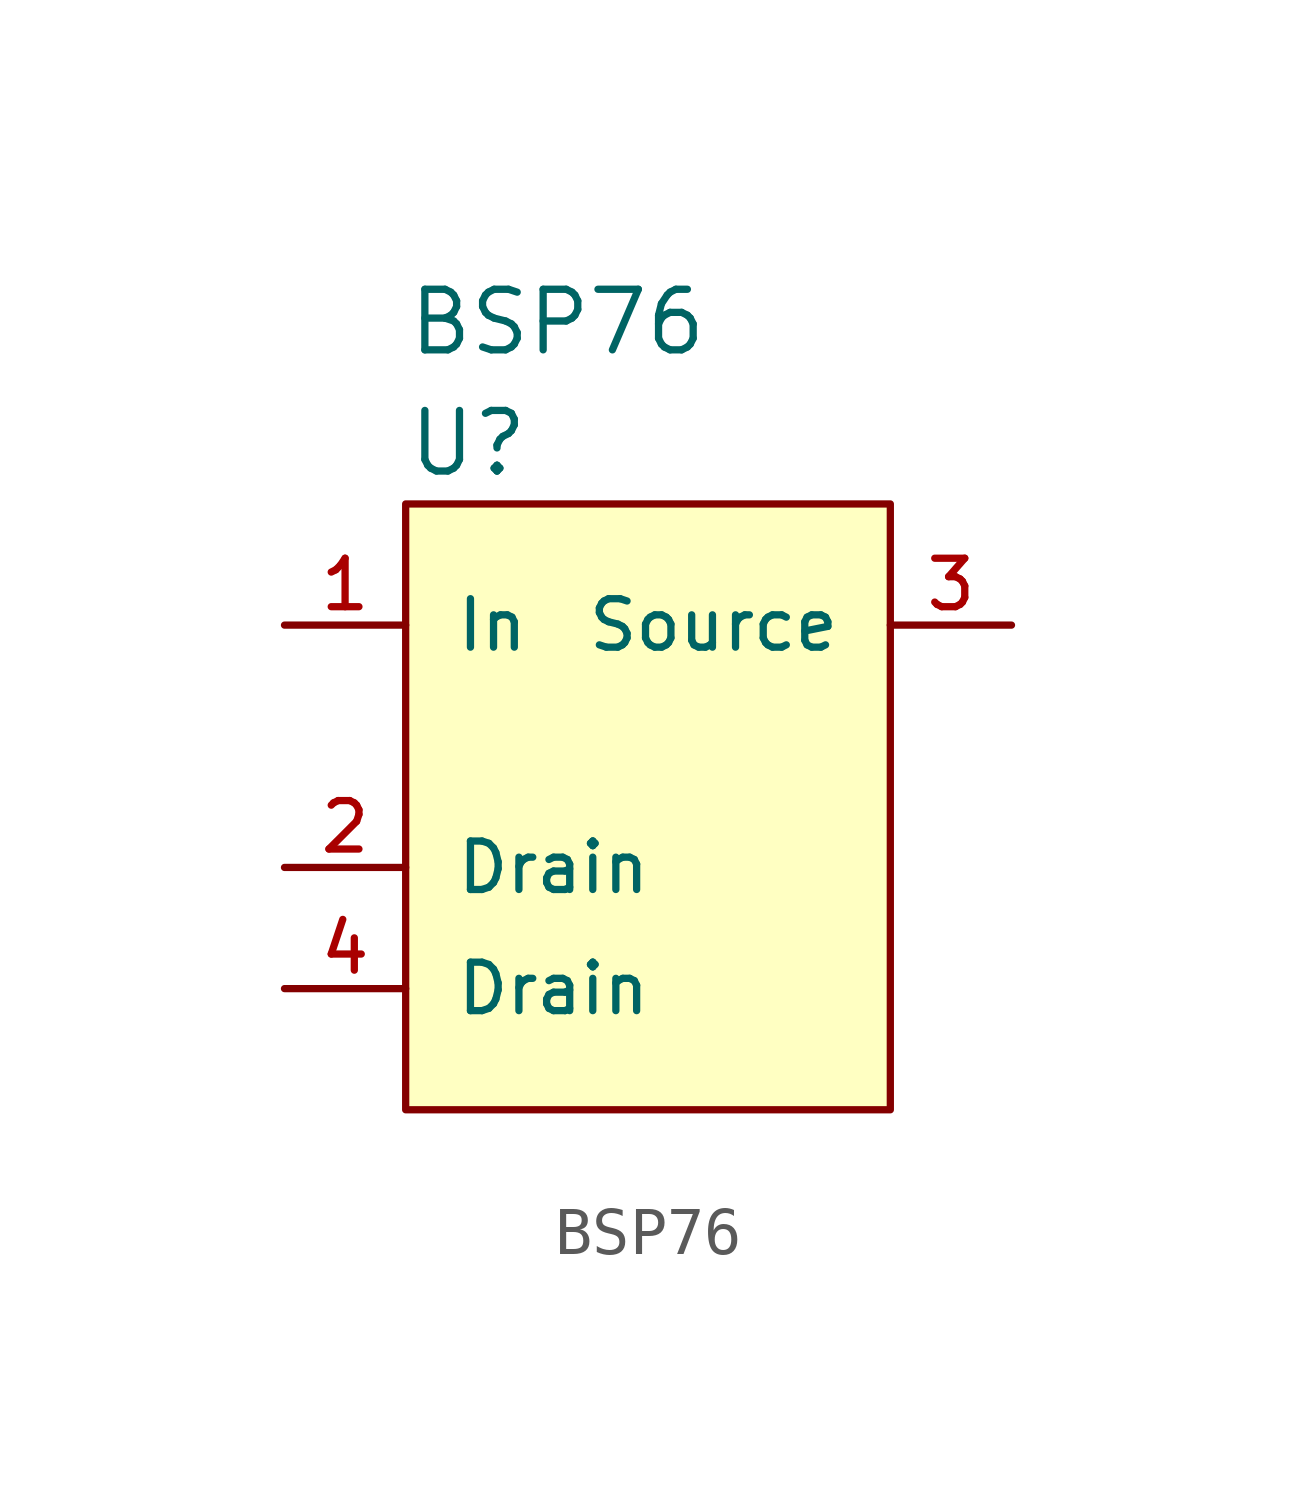
<source format=kicad_sym>
(kicad_symbol_lib
  (version 20220331)
  (generator kicad_symbol_editor)
  (symbol "BSP76"
    (pin_names
      (offset 1.016))
    (property "Reference" "U"
      (at 5.08 3.81 0)
      (effects (font (size 1.27 1.27)) (justify left)))
    (property "Value" "BSP76"
      (at 5.08 6.35 0)
      (effects (font (size 1.27 1.27)) (justify left)))
    (symbol "BSP76_1_1"
      (rectangle (start 5.08 2.54) (end 15.24 -10.16) (stroke (width 0) (type solid)) (fill (type background)))
      (pin input line (at 2.54 0 0) (length 2.54) (name "In" (effects (font (size 1.016 1.016)))) (number "1" (effects (font (size 1.016 1.016)))))
      (pin passive line (at 2.54 -5.08 0) (length 2.54) (name "Drain" (effects (font (size 1.016 1.016)))) (number "2" (effects (font (size 1.016 1.016)))))
      (pin passive line (at 17.78 0 180) (length 2.54) (name "Source" (effects (font (size 1.016 1.016)))) (number "3" (effects (font (size 1.016 1.016)))))
      (pin passive line (at 2.54 -7.62 0) (length 2.54) (name "Drain" (effects (font (size 1.016 1.016)))) (number "4" (effects (font (size 1.016 1.016))))))))
</source>
